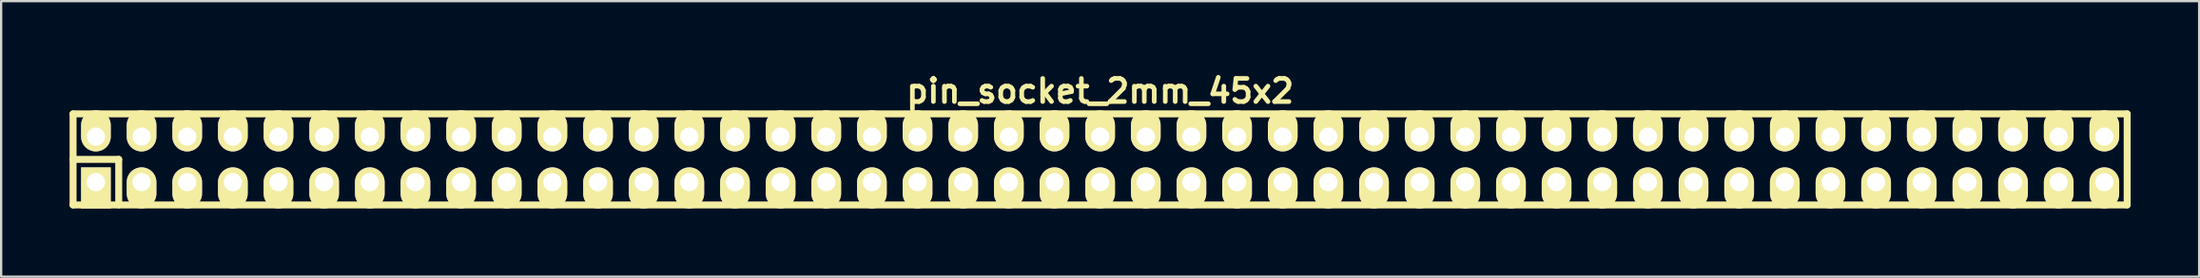
<source format=kicad_pcb>
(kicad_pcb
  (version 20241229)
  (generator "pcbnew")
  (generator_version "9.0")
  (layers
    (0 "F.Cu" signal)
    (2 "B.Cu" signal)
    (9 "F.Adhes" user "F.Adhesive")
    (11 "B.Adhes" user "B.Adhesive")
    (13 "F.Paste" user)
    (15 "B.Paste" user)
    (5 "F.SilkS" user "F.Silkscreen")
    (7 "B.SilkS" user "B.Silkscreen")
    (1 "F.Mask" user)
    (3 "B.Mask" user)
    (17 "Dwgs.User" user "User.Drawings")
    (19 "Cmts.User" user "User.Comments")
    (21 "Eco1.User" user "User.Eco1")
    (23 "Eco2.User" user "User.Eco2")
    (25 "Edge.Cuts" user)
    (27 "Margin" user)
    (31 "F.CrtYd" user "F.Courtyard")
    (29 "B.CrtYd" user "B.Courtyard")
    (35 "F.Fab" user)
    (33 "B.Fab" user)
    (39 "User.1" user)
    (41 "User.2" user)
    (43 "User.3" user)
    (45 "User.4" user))
  (footprint "pin_socket_2mm_45x2"
    (layer "F.Cu")
    (at 45.152 3.951)
    (property "Reference" "pin_socket_2mm_45x2" (at 0 -3 0) (layer "F.SilkS") (effects (font (size 1.016 1.016) (thickness 0.203))))
    (attr through_hole)
    (fp_line (start -45 -2) (end 45 -2) (stroke (width 0.305) (type solid)) (layer "F.SilkS"))
    (fp_line (start -45 0) (end -43 0) (stroke (width 0.305) (type solid)) (layer "F.SilkS"))
    (fp_line (start -45 2) (end -45 -2) (stroke (width 0.305) (type solid)) (layer "F.SilkS"))
    (fp_line (start -43 0) (end -43 2) (stroke (width 0.305) (type solid)) (layer "F.SilkS"))
    (fp_line (start 45 -2) (end 45 2) (stroke (width 0.305) (type solid)) (layer "F.SilkS"))
    (fp_line (start 45 2) (end -45 2) (stroke (width 0.305) (type solid)) (layer "F.SilkS"))
    (pad "1" thru_hole rect (at -44 1) (size 1.3 1.8) (drill 0.8 (offset 0 0.25)) (layers "*.Cu" "*.Mask" "F.SilkS"))
    (pad "2" thru_hole oval (at -44 -1) (size 1.3 1.8) (drill 0.8 (offset 0 -0.25)) (layers "*.Cu" "*.Mask" "F.SilkS"))
    (pad "3" thru_hole oval (at -42 1) (size 1.3 1.8) (drill 0.8 (offset 0 0.25)) (layers "*.Cu" "*.Mask" "F.SilkS"))
    (pad "4" thru_hole oval (at -42 -1) (size 1.3 1.8) (drill 0.8 (offset 0 -0.25)) (layers "*.Cu" "*.Mask" "F.SilkS"))
    (pad "5" thru_hole oval (at -40 1) (size 1.3 1.8) (drill 0.8 (offset 0 0.25)) (layers "*.Cu" "*.Mask" "F.SilkS"))
    (pad "6" thru_hole oval (at -40 -1) (size 1.3 1.8) (drill 0.8 (offset 0 -0.25)) (layers "*.Cu" "*.Mask" "F.SilkS"))
    (pad "7" thru_hole oval (at -38 1) (size 1.3 1.8) (drill 0.8 (offset 0 0.25)) (layers "*.Cu" "*.Mask" "F.SilkS"))
    (pad "8" thru_hole oval (at -38 -1) (size 1.3 1.8) (drill 0.8 (offset 0 -0.25)) (layers "*.Cu" "*.Mask" "F.SilkS"))
    (pad "9" thru_hole oval (at -36 1) (size 1.3 1.8) (drill 0.8 (offset 0 0.25)) (layers "*.Cu" "*.Mask" "F.SilkS"))
    (pad "10" thru_hole oval (at -36 -1) (size 1.3 1.8) (drill 0.8 (offset 0 -0.25)) (layers "*.Cu" "*.Mask" "F.SilkS"))
    (pad "11" thru_hole oval (at -34 1) (size 1.3 1.8) (drill 0.8 (offset 0 0.25)) (layers "*.Cu" "*.Mask" "F.SilkS"))
    (pad "12" thru_hole oval (at -34 -1) (size 1.3 1.8) (drill 0.8 (offset 0 -0.25)) (layers "*.Cu" "*.Mask" "F.SilkS"))
    (pad "13" thru_hole oval (at -32 1) (size 1.3 1.8) (drill 0.8 (offset 0 0.25)) (layers "*.Cu" "*.Mask" "F.SilkS"))
    (pad "14" thru_hole oval (at -32 -1) (size 1.3 1.8) (drill 0.8 (offset 0 -0.25)) (layers "*.Cu" "*.Mask" "F.SilkS"))
    (pad "15" thru_hole oval (at -30 1) (size 1.3 1.8) (drill 0.8 (offset 0 0.25)) (layers "*.Cu" "*.Mask" "F.SilkS"))
    (pad "16" thru_hole oval (at -30 -1) (size 1.3 1.8) (drill 0.8 (offset 0 -0.25)) (layers "*.Cu" "*.Mask" "F.SilkS"))
    (pad "17" thru_hole oval (at -28 1) (size 1.3 1.8) (drill 0.8 (offset 0 0.25)) (layers "*.Cu" "*.Mask" "F.SilkS"))
    (pad "18" thru_hole oval (at -28 -1) (size 1.3 1.8) (drill 0.8 (offset 0 -0.25)) (layers "*.Cu" "*.Mask" "F.SilkS"))
    (pad "19" thru_hole oval (at -26 1) (size 1.3 1.8) (drill 0.8 (offset 0 0.25)) (layers "*.Cu" "*.Mask" "F.SilkS"))
    (pad "20" thru_hole oval (at -26 -1) (size 1.3 1.8) (drill 0.8 (offset 0 -0.25)) (layers "*.Cu" "*.Mask" "F.SilkS"))
    (pad "21" thru_hole oval (at -24 1) (size 1.3 1.8) (drill 0.8 (offset 0 0.25)) (layers "*.Cu" "*.Mask" "F.SilkS"))
    (pad "22" thru_hole oval (at -24 -1) (size 1.3 1.8) (drill 0.8 (offset 0 -0.25)) (layers "*.Cu" "*.Mask" "F.SilkS"))
    (pad "23" thru_hole oval (at -22 1) (size 1.3 1.8) (drill 0.8 (offset 0 0.25)) (layers "*.Cu" "*.Mask" "F.SilkS"))
    (pad "24" thru_hole oval (at -22 -1) (size 1.3 1.8) (drill 0.8 (offset 0 -0.25)) (layers "*.Cu" "*.Mask" "F.SilkS"))
    (pad "25" thru_hole oval (at -20 1) (size 1.3 1.8) (drill 0.8 (offset 0 0.25)) (layers "*.Cu" "*.Mask" "F.SilkS"))
    (pad "26" thru_hole oval (at -20 -1) (size 1.3 1.8) (drill 0.8 (offset 0 -0.25)) (layers "*.Cu" "*.Mask" "F.SilkS"))
    (pad "27" thru_hole oval (at -18 1) (size 1.3 1.8) (drill 0.8 (offset 0 0.25)) (layers "*.Cu" "*.Mask" "F.SilkS"))
    (pad "28" thru_hole oval (at -18 -1) (size 1.3 1.8) (drill 0.8 (offset 0 -0.25)) (layers "*.Cu" "*.Mask" "F.SilkS"))
    (pad "29" thru_hole oval (at -16 1) (size 1.3 1.8) (drill 0.8 (offset 0 0.25)) (layers "*.Cu" "*.Mask" "F.SilkS"))
    (pad "30" thru_hole oval (at -16 -1) (size 1.3 1.8) (drill 0.8 (offset 0 -0.25)) (layers "*.Cu" "*.Mask" "F.SilkS"))
    (pad "31" thru_hole oval (at -14 1) (size 1.3 1.8) (drill 0.8 (offset 0 0.25)) (layers "*.Cu" "*.Mask" "F.SilkS"))
    (pad "32" thru_hole oval (at -14 -1) (size 1.3 1.8) (drill 0.8 (offset 0 -0.25)) (layers "*.Cu" "*.Mask" "F.SilkS"))
    (pad "33" thru_hole oval (at -12 1) (size 1.3 1.8) (drill 0.8 (offset 0 0.25)) (layers "*.Cu" "*.Mask" "F.SilkS"))
    (pad "34" thru_hole oval (at -12 -1) (size 1.3 1.8) (drill 0.8 (offset 0 -0.25)) (layers "*.Cu" "*.Mask" "F.SilkS"))
    (pad "35" thru_hole oval (at -10 1) (size 1.3 1.8) (drill 0.8 (offset 0 0.25)) (layers "*.Cu" "*.Mask" "F.SilkS"))
    (pad "36" thru_hole oval (at -10 -1) (size 1.3 1.8) (drill 0.8 (offset 0 -0.25)) (layers "*.Cu" "*.Mask" "F.SilkS"))
    (pad "37" thru_hole oval (at -8 1) (size 1.3 1.8) (drill 0.8 (offset 0 0.25)) (layers "*.Cu" "*.Mask" "F.SilkS"))
    (pad "38" thru_hole oval (at -8 -1) (size 1.3 1.8) (drill 0.8 (offset 0 -0.25)) (layers "*.Cu" "*.Mask" "F.SilkS"))
    (pad "39" thru_hole oval (at -6 1) (size 1.3 1.8) (drill 0.8 (offset 0 0.25)) (layers "*.Cu" "*.Mask" "F.SilkS"))
    (pad "40" thru_hole oval (at -6 -1) (size 1.3 1.8) (drill 0.8 (offset 0 -0.25)) (layers "*.Cu" "*.Mask" "F.SilkS"))
    (pad "41" thru_hole oval (at -4 1) (size 1.3 1.8) (drill 0.8 (offset 0 0.25)) (layers "*.Cu" "*.Mask" "F.SilkS"))
    (pad "42" thru_hole oval (at -4 -1) (size 1.3 1.8) (drill 0.8 (offset 0 -0.25)) (layers "*.Cu" "*.Mask" "F.SilkS"))
    (pad "43" thru_hole oval (at -2 1) (size 1.3 1.8) (drill 0.8 (offset 0 0.25)) (layers "*.Cu" "*.Mask" "F.SilkS"))
    (pad "44" thru_hole oval (at -2 -1) (size 1.3 1.8) (drill 0.8 (offset 0 -0.25)) (layers "*.Cu" "*.Mask" "F.SilkS"))
    (pad "45" thru_hole oval (at 0 1) (size 1.3 1.8) (drill 0.8 (offset 0 0.25)) (layers "*.Cu" "*.Mask" "F.SilkS"))
    (pad "46" thru_hole oval (at 0 -1) (size 1.3 1.8) (drill 0.8 (offset 0 -0.25)) (layers "*.Cu" "*.Mask" "F.SilkS"))
    (pad "47" thru_hole oval (at 2 1) (size 1.3 1.8) (drill 0.8 (offset 0 0.25)) (layers "*.Cu" "*.Mask" "F.SilkS"))
    (pad "48" thru_hole oval (at 2 -1) (size 1.3 1.8) (drill 0.8 (offset 0 -0.25)) (layers "*.Cu" "*.Mask" "F.SilkS"))
    (pad "49" thru_hole oval (at 4 1) (size 1.3 1.8) (drill 0.8 (offset 0 0.25)) (layers "*.Cu" "*.Mask" "F.SilkS"))
    (pad "50" thru_hole oval (at 4 -1) (size 1.3 1.8) (drill 0.8 (offset 0 -0.25)) (layers "*.Cu" "*.Mask" "F.SilkS"))
    (pad "51" thru_hole oval (at 6 1) (size 1.3 1.8) (drill 0.8 (offset 0 0.25)) (layers "*.Cu" "*.Mask" "F.SilkS"))
    (pad "52" thru_hole oval (at 6 -1) (size 1.3 1.8) (drill 0.8 (offset 0 -0.25)) (layers "*.Cu" "*.Mask" "F.SilkS"))
    (pad "53" thru_hole oval (at 8 1) (size 1.3 1.8) (drill 0.8 (offset 0 0.25)) (layers "*.Cu" "*.Mask" "F.SilkS"))
    (pad "54" thru_hole oval (at 8 -1) (size 1.3 1.8) (drill 0.8 (offset 0 -0.25)) (layers "*.Cu" "*.Mask" "F.SilkS"))
    (pad "55" thru_hole oval (at 10 1) (size 1.3 1.8) (drill 0.8 (offset 0 0.25)) (layers "*.Cu" "*.Mask" "F.SilkS"))
    (pad "56" thru_hole oval (at 10 -1) (size 1.3 1.8) (drill 0.8 (offset 0 -0.25)) (layers "*.Cu" "*.Mask" "F.SilkS"))
    (pad "57" thru_hole oval (at 12 1) (size 1.3 1.8) (drill 0.8 (offset 0 0.25)) (layers "*.Cu" "*.Mask" "F.SilkS"))
    (pad "58" thru_hole oval (at 12 -1) (size 1.3 1.8) (drill 0.8 (offset 0 -0.25)) (layers "*.Cu" "*.Mask" "F.SilkS"))
    (pad "59" thru_hole oval (at 14 1) (size 1.3 1.8) (drill 0.8 (offset 0 0.25)) (layers "*.Cu" "*.Mask" "F.SilkS"))
    (pad "60" thru_hole oval (at 14 -1) (size 1.3 1.8) (drill 0.8 (offset 0 -0.25)) (layers "*.Cu" "*.Mask" "F.SilkS"))
    (pad "61" thru_hole oval (at 16 1) (size 1.3 1.8) (drill 0.8 (offset 0 0.25)) (layers "*.Cu" "*.Mask" "F.SilkS"))
    (pad "62" thru_hole oval (at 16 -1) (size 1.3 1.8) (drill 0.8 (offset 0 -0.25)) (layers "*.Cu" "*.Mask" "F.SilkS"))
    (pad "63" thru_hole oval (at 18 1) (size 1.3 1.8) (drill 0.8 (offset 0 0.25)) (layers "*.Cu" "*.Mask" "F.SilkS"))
    (pad "64" thru_hole oval (at 18 -1) (size 1.3 1.8) (drill 0.8 (offset 0 -0.25)) (layers "*.Cu" "*.Mask" "F.SilkS"))
    (pad "65" thru_hole oval (at 20 1) (size 1.3 1.8) (drill 0.8 (offset 0 0.25)) (layers "*.Cu" "*.Mask" "F.SilkS"))
    (pad "66" thru_hole oval (at 20 -1) (size 1.3 1.8) (drill 0.8 (offset 0 -0.25)) (layers "*.Cu" "*.Mask" "F.SilkS"))
    (pad "67" thru_hole oval (at 22 1) (size 1.3 1.8) (drill 0.8 (offset 0 0.25)) (layers "*.Cu" "*.Mask" "F.SilkS"))
    (pad "68" thru_hole oval (at 22 -1) (size 1.3 1.8) (drill 0.8 (offset 0 -0.25)) (layers "*.Cu" "*.Mask" "F.SilkS"))
    (pad "69" thru_hole oval (at 24 1) (size 1.3 1.8) (drill 0.8 (offset 0 0.25)) (layers "*.Cu" "*.Mask" "F.SilkS"))
    (pad "70" thru_hole oval (at 24 -1) (size 1.3 1.8) (drill 0.8 (offset 0 -0.25)) (layers "*.Cu" "*.Mask" "F.SilkS"))
    (pad "71" thru_hole oval (at 26 1) (size 1.3 1.8) (drill 0.8 (offset 0 0.25)) (layers "*.Cu" "*.Mask" "F.SilkS"))
    (pad "72" thru_hole oval (at 26 -1) (size 1.3 1.8) (drill 0.8 (offset 0 -0.25)) (layers "*.Cu" "*.Mask" "F.SilkS"))
    (pad "73" thru_hole oval (at 28 1) (size 1.3 1.8) (drill 0.8 (offset 0 0.25)) (layers "*.Cu" "*.Mask" "F.SilkS"))
    (pad "74" thru_hole oval (at 28 -1) (size 1.3 1.8) (drill 0.8 (offset 0 -0.25)) (layers "*.Cu" "*.Mask" "F.SilkS"))
    (pad "75" thru_hole oval (at 30 1) (size 1.3 1.8) (drill 0.8 (offset 0 0.25)) (layers "*.Cu" "*.Mask" "F.SilkS"))
    (pad "76" thru_hole oval (at 30 -1) (size 1.3 1.8) (drill 0.8 (offset 0 -0.25)) (layers "*.Cu" "*.Mask" "F.SilkS"))
    (pad "77" thru_hole oval (at 32 1) (size 1.3 1.8) (drill 0.8 (offset 0 0.25)) (layers "*.Cu" "*.Mask" "F.SilkS"))
    (pad "78" thru_hole oval (at 32 -1) (size 1.3 1.8) (drill 0.8 (offset 0 -0.25)) (layers "*.Cu" "*.Mask" "F.SilkS"))
    (pad "79" thru_hole oval (at 34 1) (size 1.3 1.8) (drill 0.8 (offset 0 0.25)) (layers "*.Cu" "*.Mask" "F.SilkS"))
    (pad "80" thru_hole oval (at 34 -1) (size 1.3 1.8) (drill 0.8 (offset 0 -0.25)) (layers "*.Cu" "*.Mask" "F.SilkS"))
    (pad "81" thru_hole oval (at 36 1) (size 1.3 1.8) (drill 0.8 (offset 0 0.25)) (layers "*.Cu" "*.Mask" "F.SilkS"))
    (pad "82" thru_hole oval (at 36 -1) (size 1.3 1.8) (drill 0.8 (offset 0 -0.25)) (layers "*.Cu" "*.Mask" "F.SilkS"))
    (pad "83" thru_hole oval (at 38 1) (size 1.3 1.8) (drill 0.8 (offset 0 0.25)) (layers "*.Cu" "*.Mask" "F.SilkS"))
    (pad "84" thru_hole oval (at 38 -1) (size 1.3 1.8) (drill 0.8 (offset 0 -0.25)) (layers "*.Cu" "*.Mask" "F.SilkS"))
    (pad "85" thru_hole oval (at 40 1) (size 1.3 1.8) (drill 0.8 (offset 0 0.25)) (layers "*.Cu" "*.Mask" "F.SilkS"))
    (pad "86" thru_hole oval (at 40 -1) (size 1.3 1.8) (drill 0.8 (offset 0 -0.25)) (layers "*.Cu" "*.Mask" "F.SilkS"))
    (pad "87" thru_hole oval (at 42 1) (size 1.3 1.8) (drill 0.8 (offset 0 0.25)) (layers "*.Cu" "*.Mask" "F.SilkS"))
    (pad "88" thru_hole oval (at 42 -1) (size 1.3 1.8) (drill 0.8 (offset 0 -0.25)) (layers "*.Cu" "*.Mask" "F.SilkS"))
    (pad "89" thru_hole oval (at 44 1) (size 1.3 1.8) (drill 0.8 (offset 0 0.25)) (layers "*.Cu" "*.Mask" "F.SilkS"))
    (pad "90" thru_hole oval (at 44 -1) (size 1.3 1.8) (drill 0.8 (offset 0 -0.25)) (layers "*.Cu" "*.Mask" "F.SilkS")))
  (gr_rect
    (start -3 -3)
    (end 93.305 9.103)
    (stroke (width 0.1) (type default))
    (fill no)
    (layer "Edge.Cuts")))
</source>
